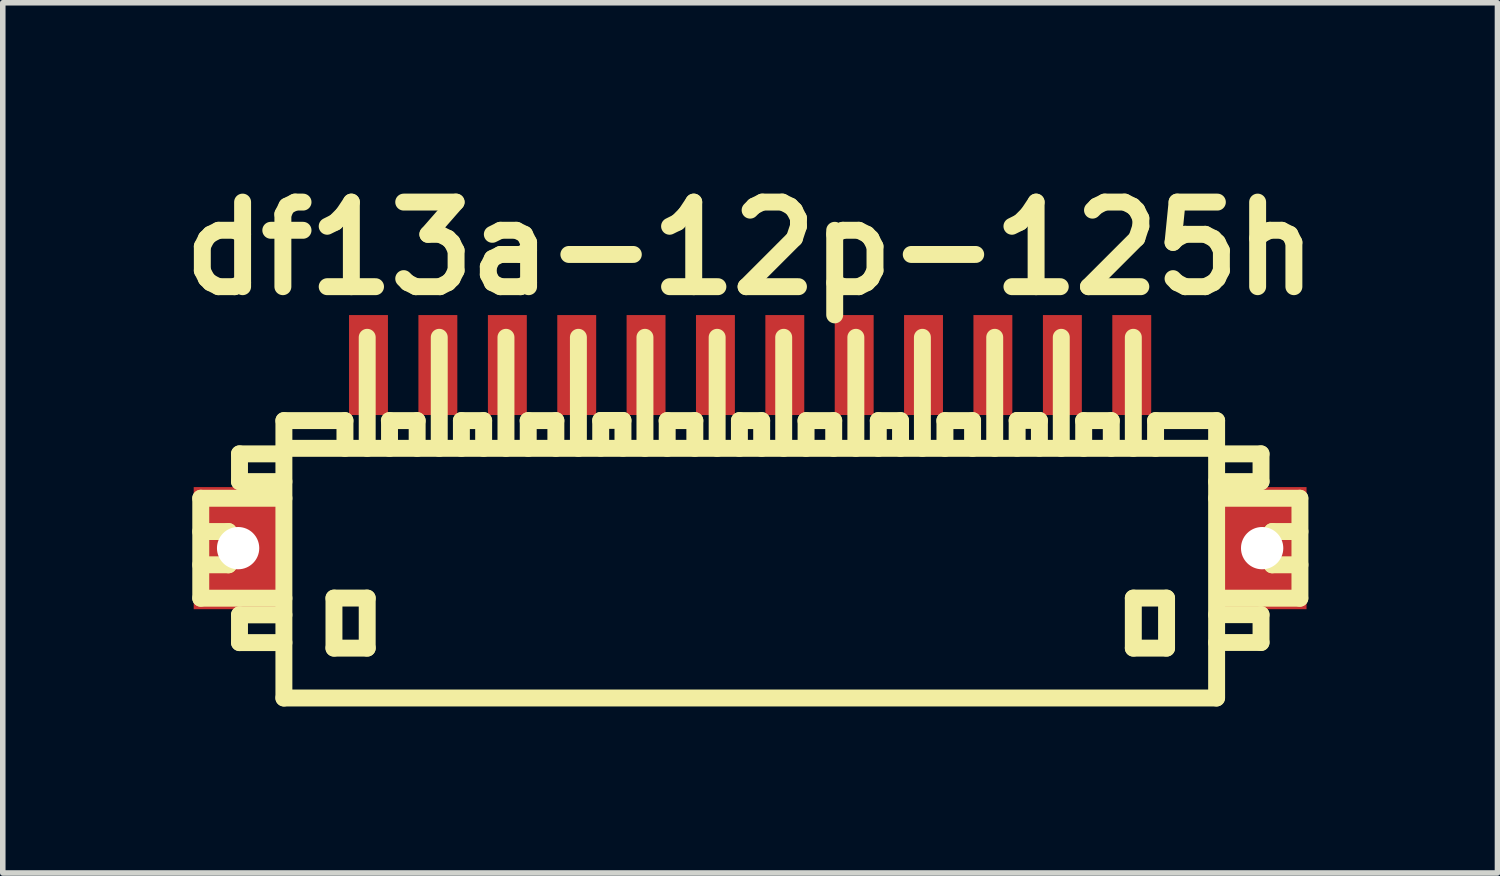
<source format=kicad_pcb>
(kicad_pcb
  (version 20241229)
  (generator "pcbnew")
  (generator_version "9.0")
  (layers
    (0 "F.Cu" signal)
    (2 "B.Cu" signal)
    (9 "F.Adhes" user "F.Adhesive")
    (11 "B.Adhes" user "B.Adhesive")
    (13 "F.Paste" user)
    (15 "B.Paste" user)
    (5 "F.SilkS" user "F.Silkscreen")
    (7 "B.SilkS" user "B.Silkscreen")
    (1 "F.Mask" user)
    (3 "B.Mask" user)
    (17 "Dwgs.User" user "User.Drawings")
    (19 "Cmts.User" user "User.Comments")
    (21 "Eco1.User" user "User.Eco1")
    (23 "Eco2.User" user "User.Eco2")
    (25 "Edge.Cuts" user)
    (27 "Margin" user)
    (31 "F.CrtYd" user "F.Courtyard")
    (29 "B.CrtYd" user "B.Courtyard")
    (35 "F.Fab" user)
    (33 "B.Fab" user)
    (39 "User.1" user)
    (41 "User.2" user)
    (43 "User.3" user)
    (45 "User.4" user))
  (footprint "df13a-12p-125h"
    (layer "F.Cu")
    (at 10.465 7.027)
    (property "Reference" "df13a-12p-125h" (at 0 -5.601 0) (layer "F.SilkS") (effects (font (size 1.524 1.524) (thickness 0.305))))
    (attr through_hole)
    (fp_line (start -9.898 -1.1) (end -9.898 0.701) (stroke (width 0.305) (type solid)) (layer "F.SilkS"))
    (fp_line (start -9.898 0.701) (end -8.4 0.701) (stroke (width 0.305) (type solid)) (layer "F.SilkS"))
    (fp_line (start -9.398 -0.5) (end -9.898 -0.5) (stroke (width 0.305) (type solid)) (layer "F.SilkS"))
    (fp_line (start -9.398 0.099) (end -9.898 0.099) (stroke (width 0.305) (type solid)) (layer "F.SilkS"))
    (fp_line (start -9.398 0.099) (end -9.398 -0.5) (stroke (width 0.305) (type solid)) (layer "F.SilkS"))
    (fp_line (start -9.2 -1.9) (end -9.2 -1.4) (stroke (width 0.305) (type solid)) (layer "F.SilkS"))
    (fp_line (start -9.2 -1.9) (end -8.4 -1.9) (stroke (width 0.305) (type solid)) (layer "F.SilkS"))
    (fp_line (start -9.2 1.001) (end -9.2 1.501) (stroke (width 0.305) (type solid)) (layer "F.SilkS"))
    (fp_line (start -9.2 1.501) (end -8.4 1.501) (stroke (width 0.305) (type solid)) (layer "F.SilkS"))
    (fp_line (start -8.4 -1.4) (end -9.2 -1.4) (stroke (width 0.305) (type solid)) (layer "F.SilkS"))
    (fp_line (start -8.4 -1.1) (end -9.898 -1.1) (stroke (width 0.305) (type solid)) (layer "F.SilkS"))
    (fp_line (start -8.4 1.001) (end -9.2 1.001) (stroke (width 0.305) (type solid)) (layer "F.SilkS"))
    (fp_line (start -8.4 2.499) (end -8.4 -2.499) (stroke (width 0.305) (type solid)) (layer "F.SilkS"))
    (fp_line (start -7.498 0.699) (end -7.498 1.6) (stroke (width 0.305) (type solid)) (layer "F.SilkS"))
    (fp_line (start -7.498 1.6) (end -6.899 1.6) (stroke (width 0.305) (type solid)) (layer "F.SilkS"))
    (fp_line (start -7.3 -2.499) (end -8.4 -2.499) (stroke (width 0.305) (type solid)) (layer "F.SilkS"))
    (fp_line (start -7.3 -2.499) (end -7.3 -1.999) (stroke (width 0.305) (type solid)) (layer "F.SilkS"))
    (fp_line (start -6.899 -4) (end -6.899 -1.999) (stroke (width 0.305) (type solid)) (layer "F.SilkS"))
    (fp_line (start -6.899 0.699) (end -7.498 0.699) (stroke (width 0.305) (type solid)) (layer "F.SilkS"))
    (fp_line (start -6.899 1.6) (end -6.899 0.699) (stroke (width 0.305) (type solid)) (layer "F.SilkS"))
    (fp_line (start -6.5 -2.499) (end -5.999 -2.499) (stroke (width 0.305) (type solid)) (layer "F.SilkS"))
    (fp_line (start -6.497 -1.999) (end -6.497 -2.499) (stroke (width 0.305) (type solid)) (layer "F.SilkS"))
    (fp_line (start -5.999 -2.499) (end -5.999 -1.999) (stroke (width 0.305) (type solid)) (layer "F.SilkS"))
    (fp_line (start -5.601 -1.999) (end -5.601 -4) (stroke (width 0.305) (type solid)) (layer "F.SilkS"))
    (fp_line (start -5.202 -2.499) (end -5.202 -1.999) (stroke (width 0.305) (type solid)) (layer "F.SilkS"))
    (fp_line (start -4.801 -2.499) (end -5.202 -2.499) (stroke (width 0.305) (type solid)) (layer "F.SilkS"))
    (fp_line (start -4.801 -2.499) (end -4.801 -1.999) (stroke (width 0.305) (type solid)) (layer "F.SilkS"))
    (fp_line (start -4.399 -1.999) (end -4.399 -4) (stroke (width 0.305) (type solid)) (layer "F.SilkS"))
    (fp_line (start -4 -2.499) (end -3.5 -2.499) (stroke (width 0.305) (type solid)) (layer "F.SilkS"))
    (fp_line (start -3.998 -1.999) (end -3.998 -2.499) (stroke (width 0.305) (type solid)) (layer "F.SilkS"))
    (fp_line (start -3.5 -2.499) (end -3.5 -1.999) (stroke (width 0.305) (type solid)) (layer "F.SilkS"))
    (fp_line (start -3.094 -1.999) (end -3.094 -4) (stroke (width 0.305) (type solid)) (layer "F.SilkS"))
    (fp_line (start -2.692 -2.502) (end -2.692 -2.002) (stroke (width 0.305) (type solid)) (layer "F.SilkS"))
    (fp_line (start -2.291 -2.502) (end -2.692 -2.502) (stroke (width 0.305) (type solid)) (layer "F.SilkS"))
    (fp_line (start -2.291 -2.502) (end -2.291 -2.002) (stroke (width 0.305) (type solid)) (layer "F.SilkS"))
    (fp_line (start -1.895 -1.999) (end -1.895 -4) (stroke (width 0.305) (type solid)) (layer "F.SilkS"))
    (fp_line (start -1.496 -2.499) (end -0.996 -2.499) (stroke (width 0.305) (type solid)) (layer "F.SilkS"))
    (fp_line (start -1.494 -1.999) (end -1.494 -2.499) (stroke (width 0.305) (type solid)) (layer "F.SilkS"))
    (fp_line (start -0.996 -2.499) (end -0.996 -1.999) (stroke (width 0.305) (type solid)) (layer "F.SilkS"))
    (fp_line (start -0.594 -1.999) (end -0.594 -4) (stroke (width 0.305) (type solid)) (layer "F.SilkS"))
    (fp_line (start -0.193 -2.499) (end -0.193 -1.999) (stroke (width 0.305) (type solid)) (layer "F.SilkS"))
    (fp_line (start 0.208 -2.499) (end -0.193 -2.499) (stroke (width 0.305) (type solid)) (layer "F.SilkS"))
    (fp_line (start 0.208 -2.499) (end 0.208 -1.999) (stroke (width 0.305) (type solid)) (layer "F.SilkS"))
    (fp_line (start 0.605 -1.999) (end 0.605 -4) (stroke (width 0.305) (type solid)) (layer "F.SilkS"))
    (fp_line (start 1.006 -2.499) (end 1.506 -2.499) (stroke (width 0.305) (type solid)) (layer "F.SilkS"))
    (fp_line (start 1.008 -1.999) (end 1.008 -2.499) (stroke (width 0.305) (type solid)) (layer "F.SilkS"))
    (fp_line (start 1.506 -2.499) (end 1.506 -1.999) (stroke (width 0.305) (type solid)) (layer "F.SilkS"))
    (fp_line (start 1.905 -1.999) (end 1.905 -4) (stroke (width 0.305) (type solid)) (layer "F.SilkS"))
    (fp_line (start 2.309 -2.499) (end 2.309 -1.999) (stroke (width 0.305) (type solid)) (layer "F.SilkS"))
    (fp_line (start 2.71 -2.499) (end 2.309 -2.499) (stroke (width 0.305) (type solid)) (layer "F.SilkS"))
    (fp_line (start 2.71 -2.499) (end 2.71 -1.999) (stroke (width 0.305) (type solid)) (layer "F.SilkS"))
    (fp_line (start 3.104 -1.999) (end 3.104 -4) (stroke (width 0.305) (type solid)) (layer "F.SilkS"))
    (fp_line (start 3.508 -2.499) (end 4.008 -2.499) (stroke (width 0.305) (type solid)) (layer "F.SilkS"))
    (fp_line (start 3.51 -1.999) (end 3.51 -2.499) (stroke (width 0.305) (type solid)) (layer "F.SilkS"))
    (fp_line (start 4.008 -2.499) (end 4.008 -1.999) (stroke (width 0.305) (type solid)) (layer "F.SilkS"))
    (fp_line (start 4.407 -1.999) (end 4.407 -4) (stroke (width 0.305) (type solid)) (layer "F.SilkS"))
    (fp_line (start 4.811 -2.502) (end 4.811 -2.002) (stroke (width 0.305) (type solid)) (layer "F.SilkS"))
    (fp_line (start 5.212 -2.502) (end 4.811 -2.502) (stroke (width 0.305) (type solid)) (layer "F.SilkS"))
    (fp_line (start 5.212 -2.502) (end 5.212 -2.002) (stroke (width 0.305) (type solid)) (layer "F.SilkS"))
    (fp_line (start 5.606 -1.999) (end 5.606 -4) (stroke (width 0.305) (type solid)) (layer "F.SilkS"))
    (fp_line (start 6.007 -2.499) (end 6.507 -2.499) (stroke (width 0.305) (type solid)) (layer "F.SilkS"))
    (fp_line (start 6.01 -1.999) (end 6.01 -2.499) (stroke (width 0.305) (type solid)) (layer "F.SilkS"))
    (fp_line (start 6.507 -2.499) (end 6.507 -1.999) (stroke (width 0.305) (type solid)) (layer "F.SilkS"))
    (fp_line (start 6.904 -1.999) (end 6.904 -4) (stroke (width 0.305) (type solid)) (layer "F.SilkS"))
    (fp_line (start 6.904 0.699) (end 7.503 0.699) (stroke (width 0.305) (type solid)) (layer "F.SilkS"))
    (fp_line (start 6.904 1.6) (end 6.904 0.699) (stroke (width 0.305) (type solid)) (layer "F.SilkS"))
    (fp_line (start 7.305 -2.499) (end 7.305 -1.999) (stroke (width 0.305) (type solid)) (layer "F.SilkS"))
    (fp_line (start 7.503 0.699) (end 7.503 1.6) (stroke (width 0.305) (type solid)) (layer "F.SilkS"))
    (fp_line (start 7.503 1.6) (end 6.904 1.6) (stroke (width 0.305) (type solid)) (layer "F.SilkS"))
    (fp_line (start 8.4 -1.999) (end -8.4 -1.999) (stroke (width 0.305) (type solid)) (layer "F.SilkS"))
    (fp_line (start 8.4 2.499) (end -8.4 2.499) (stroke (width 0.305) (type solid)) (layer "F.SilkS"))
    (fp_line (start 8.405 -2.499) (end 7.305 -2.499) (stroke (width 0.305) (type solid)) (layer "F.SilkS"))
    (fp_line (start 8.405 -2.499) (end 8.405 2.499) (stroke (width 0.305) (type solid)) (layer "F.SilkS"))
    (fp_line (start 8.405 -1.9) (end 9.205 -1.9) (stroke (width 0.305) (type solid)) (layer "F.SilkS"))
    (fp_line (start 8.405 0.998) (end 9.205 0.998) (stroke (width 0.305) (type solid)) (layer "F.SilkS"))
    (fp_line (start 9.205 -1.9) (end 9.205 -1.4) (stroke (width 0.305) (type solid)) (layer "F.SilkS"))
    (fp_line (start 9.205 -1.4) (end 8.405 -1.4) (stroke (width 0.305) (type solid)) (layer "F.SilkS"))
    (fp_line (start 9.205 0.998) (end 9.205 1.499) (stroke (width 0.305) (type solid)) (layer "F.SilkS"))
    (fp_line (start 9.205 1.499) (end 8.405 1.499) (stroke (width 0.305) (type solid)) (layer "F.SilkS"))
    (fp_line (start 9.406 0.099) (end 9.406 -0.5) (stroke (width 0.305) (type solid)) (layer "F.SilkS"))
    (fp_line (start 9.903 -1.1) (end 8.405 -1.1) (stroke (width 0.305) (type solid)) (layer "F.SilkS"))
    (fp_line (start 9.903 0.701) (end 8.504 0.701) (stroke (width 0.305) (type solid)) (layer "F.SilkS"))
    (fp_line (start 9.906 -1.1) (end 9.906 0.701) (stroke (width 0.305) (type solid)) (layer "F.SilkS"))
    (fp_line (start 9.906 -0.5) (end 9.406 -0.5) (stroke (width 0.305) (type solid)) (layer "F.SilkS"))
    (fp_line (start 9.906 0.099) (end 9.406 0.099) (stroke (width 0.305) (type solid)) (layer "F.SilkS"))
    (pad "" np_thru_hole rect (at -9.225 -0.201) (size 1.6 2.2) (drill 0.762) (layers "F.Cu" "F.Mask" "F.Paste"))
    (pad "" np_thru_hole rect (at 9.225 -0.201) (size 1.6 2.2) (drill 0.762) (layers "F.Cu" "F.Mask" "F.Paste"))
    (pad "1" smd rect (at 6.876 -3.5) (size 0.701 1.801) (layers "F.Cu" "F.Mask" "F.Paste"))
    (pad "2" smd rect (at 5.626 -3.5) (size 0.701 1.801) (layers "F.Cu" "F.Mask" "F.Paste"))
    (pad "3" smd rect (at 4.374 -3.5) (size 0.701 1.801) (layers "F.Cu" "F.Mask" "F.Paste"))
    (pad "4" smd rect (at 3.124 -3.5) (size 0.701 1.801) (layers "F.Cu" "F.Mask" "F.Paste"))
    (pad "5" smd rect (at 1.875 -3.5) (size 0.701 1.801) (layers "F.Cu" "F.Mask" "F.Paste"))
    (pad "6" smd rect (at 0.625 -3.5) (size 0.701 1.801) (layers "F.Cu" "F.Mask" "F.Paste"))
    (pad "7" smd rect (at -0.625 -3.5) (size 0.701 1.801) (layers "F.Cu" "F.Mask" "F.Paste"))
    (pad "8" smd rect (at -1.875 -3.5) (size 0.701 1.801) (layers "F.Cu" "F.Mask" "F.Paste"))
    (pad "9" smd rect (at -3.124 -3.5) (size 0.701 1.801) (layers "F.Cu" "F.Mask" "F.Paste"))
    (pad "10" smd rect (at -4.374 -3.5) (size 0.701 1.801) (layers "F.Cu" "F.Mask" "F.Paste"))
    (pad "11" smd rect (at -5.626 -3.5) (size 0.701 1.801) (layers "F.Cu" "F.Mask" "F.Paste"))
    (pad "12" smd rect (at -6.876 -3.5) (size 0.701 1.801) (layers "F.Cu" "F.Mask" "F.Paste")))
  (gr_rect
    (start -3 -3)
    (end 23.93 12.679)
    (stroke (width 0.1) (type default))
    (fill no)
    (layer "Edge.Cuts")))
</source>
